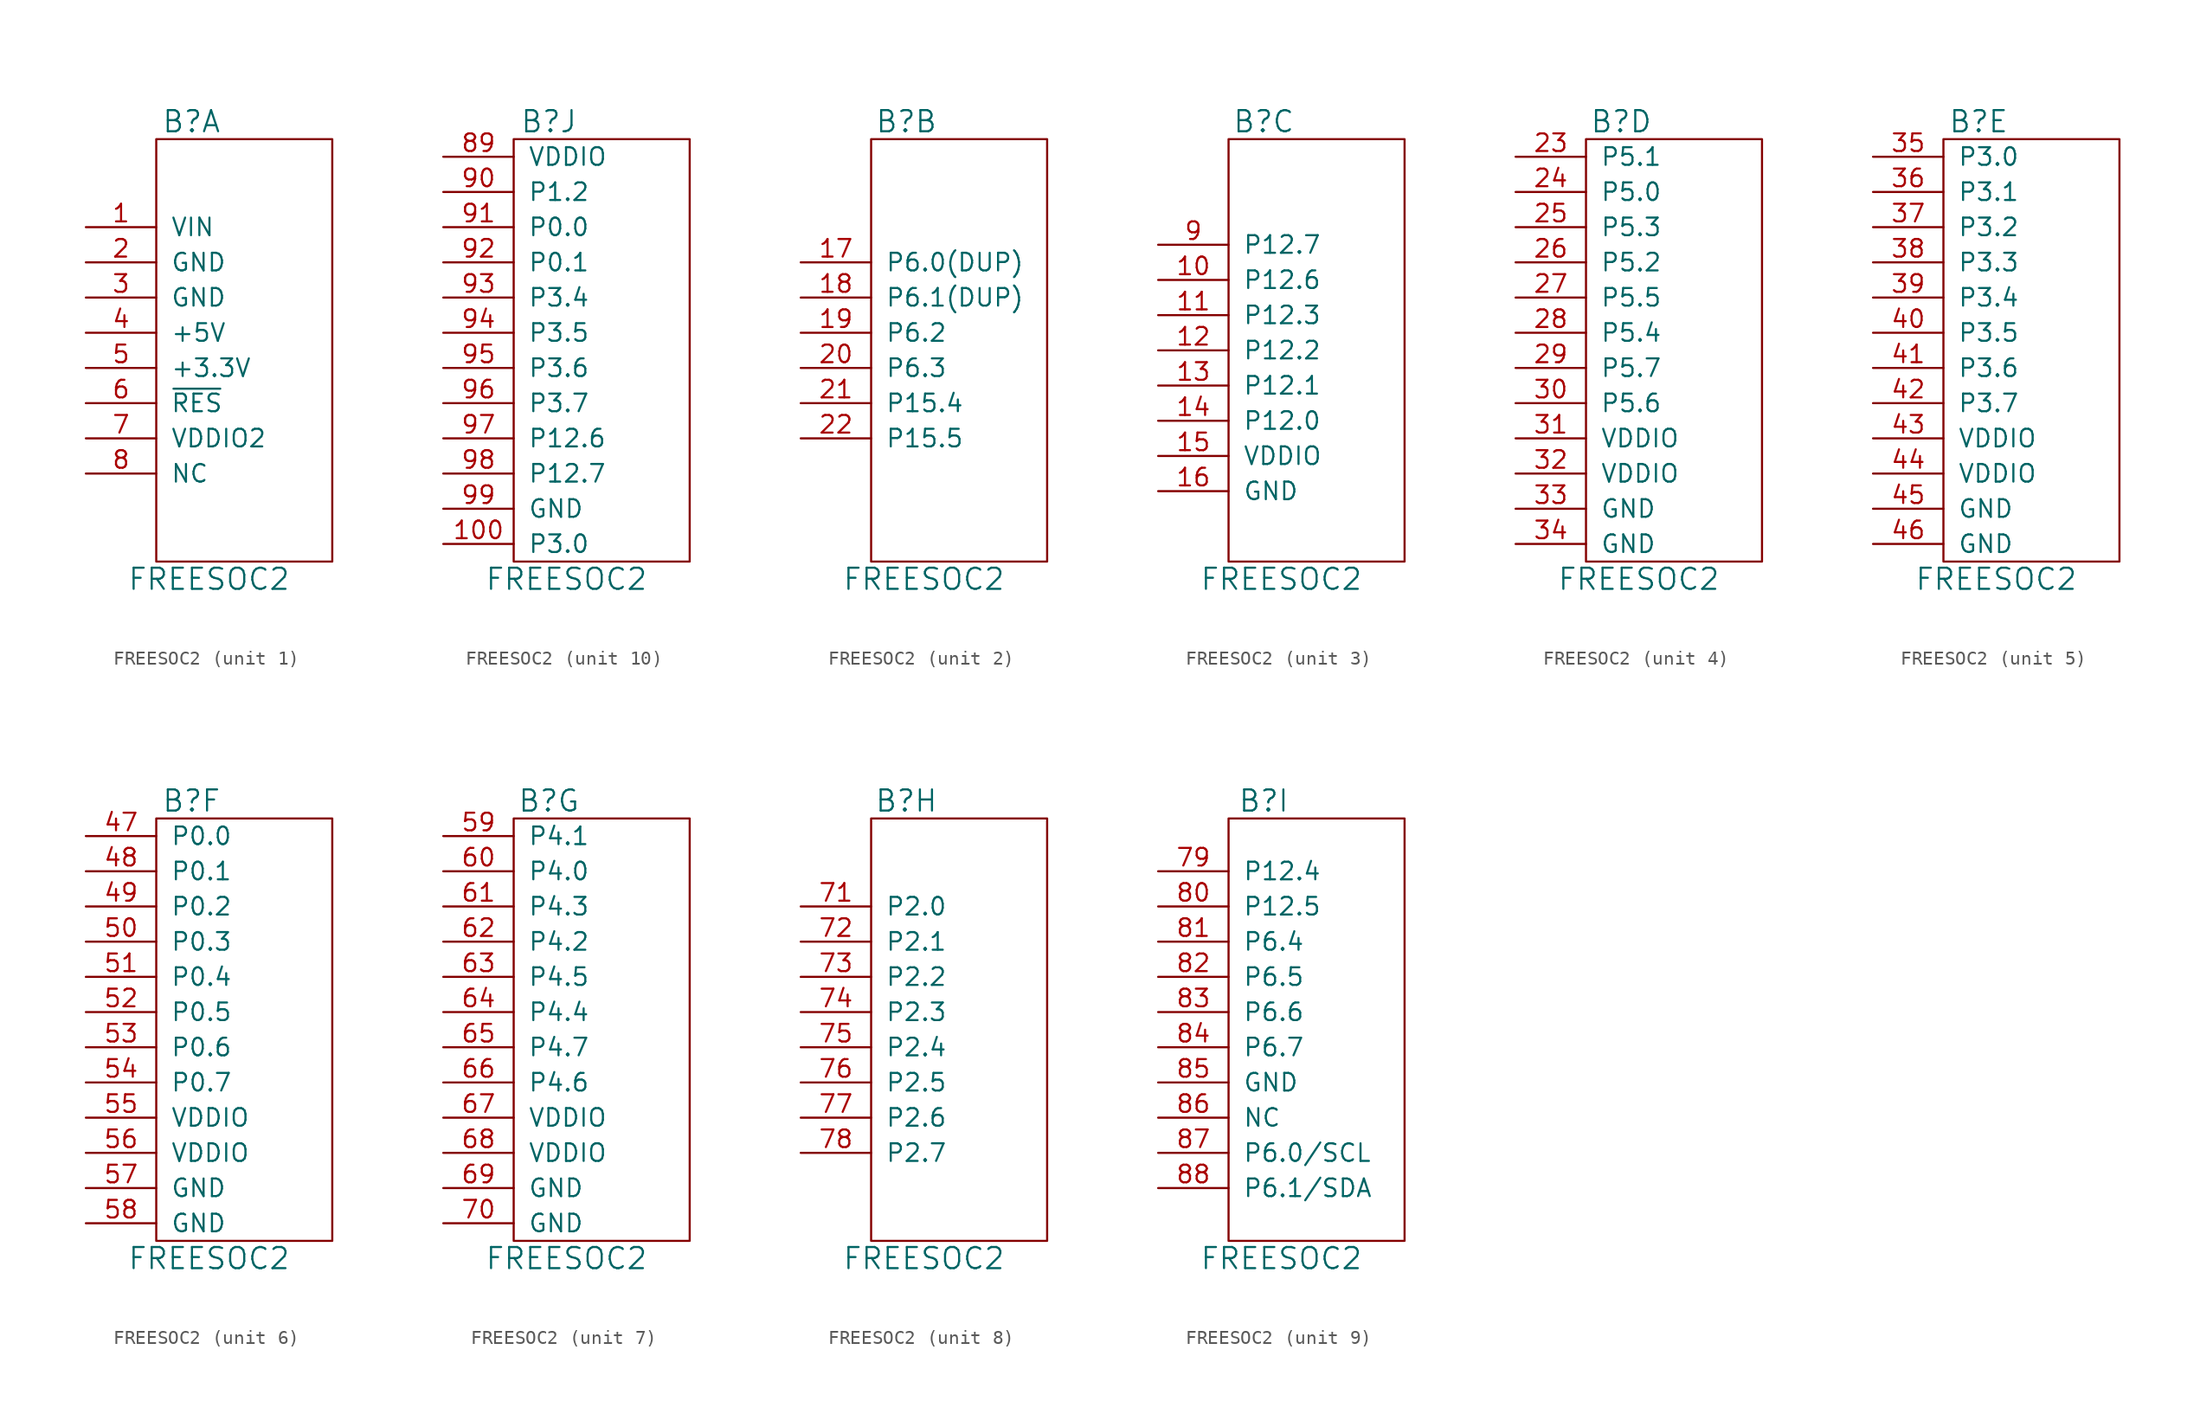
<source format=kicad_sym>
(kicad_symbol_lib
  (version 20211014)
  (generator kicad_symbol_editor)
  (symbol "FREESOC2"
    (pin_names
      (offset 1.016))
    (property "Reference" "B"
      (at -1.27 16.51 0)
      (effects (font (size 1.524 1.524))))
    (property "Value" "FREESOC2"
      (at 0 -16.51 0)
      (effects (font (size 1.524 1.524))))
    (property "Footprint" ""
      (at 1.27 -11.43 0)
      (effects (font (size 1.524 1.524))))
    (property "Datasheet" ""
      (at 1.27 -11.43 0)
      (effects (font (size 1.524 1.524))))
    (property "ki_locked" ""
      (at 0 0 0)
      (effects (font (size 1.27 1.27))))
    (symbol "FREESOC2_0_1"
      (rectangle (start -3.81 15.24) (end 8.89 -15.24) (stroke (width 0) (type default) (color 0 0 0 0)) (fill (type none))))
    (symbol "FREESOC2_1_1"
      (pin power_in line (at -8.89 8.89 0) (length 5.08) (name "VIN" (effects (font (size 1.27 1.27)))) (number "1" (effects (font (size 1.27 1.27)))))
      (pin power_in line (at -8.89 6.35 0) (length 5.08) (name "GND" (effects (font (size 1.27 1.27)))) (number "2" (effects (font (size 1.27 1.27)))))
      (pin power_in line (at -8.89 3.81 0) (length 5.08) (name "GND" (effects (font (size 1.27 1.27)))) (number "3" (effects (font (size 1.27 1.27)))))
      (pin power_in line (at -8.89 1.27 0) (length 5.08) (name "+5V" (effects (font (size 1.27 1.27)))) (number "4" (effects (font (size 1.27 1.27)))))
      (pin power_in line (at -8.89 -1.27 0) (length 5.08) (name "+3.3V" (effects (font (size 1.27 1.27)))) (number "5" (effects (font (size 1.27 1.27)))))
      (pin power_in line (at -8.89 -3.81 0) (length 5.08) (name "~{RES}" (effects (font (size 1.27 1.27)))) (number "6" (effects (font (size 1.27 1.27)))))
      (pin power_in line (at -8.89 -6.35 0) (length 5.08) (name "VDDIO2" (effects (font (size 1.27 1.27)))) (number "7" (effects (font (size 1.27 1.27)))))
      (pin bidirectional line (at -8.89 -8.89 0) (length 5.08) (name "NC" (effects (font (size 1.27 1.27)))) (number "8" (effects (font (size 1.27 1.27))))))
    (symbol "FREESOC2_2_1"
      (pin bidirectional line (at -8.89 6.35 0) (length 5.08) (name "P6.0(DUP)" (effects (font (size 1.27 1.27)))) (number "17" (effects (font (size 1.27 1.27)))))
      (pin bidirectional line (at -8.89 3.81 0) (length 5.08) (name "P6.1(DUP)" (effects (font (size 1.27 1.27)))) (number "18" (effects (font (size 1.27 1.27)))))
      (pin bidirectional line (at -8.89 1.27 0) (length 5.08) (name "P6.2" (effects (font (size 1.27 1.27)))) (number "19" (effects (font (size 1.27 1.27)))))
      (pin bidirectional line (at -8.89 -1.27 0) (length 5.08) (name "P6.3" (effects (font (size 1.27 1.27)))) (number "20" (effects (font (size 1.27 1.27)))))
      (pin bidirectional line (at -8.89 -3.81 0) (length 5.08) (name "P15.4" (effects (font (size 1.27 1.27)))) (number "21" (effects (font (size 1.27 1.27)))))
      (pin bidirectional line (at -8.89 -6.35 0) (length 5.08) (name "P15.5" (effects (font (size 1.27 1.27)))) (number "22" (effects (font (size 1.27 1.27))))))
    (symbol "FREESOC2_3_1"
      (pin bidirectional line (at -8.89 5.08 0) (length 5.08) (name "P12.6" (effects (font (size 1.27 1.27)))) (number "10" (effects (font (size 1.27 1.27)))))
      (pin bidirectional line (at -8.89 2.54 0) (length 5.08) (name "P12.3" (effects (font (size 1.27 1.27)))) (number "11" (effects (font (size 1.27 1.27)))))
      (pin bidirectional line (at -8.89 0 0) (length 5.08) (name "P12.2" (effects (font (size 1.27 1.27)))) (number "12" (effects (font (size 1.27 1.27)))))
      (pin bidirectional line (at -8.89 -2.54 0) (length 5.08) (name "P12.1" (effects (font (size 1.27 1.27)))) (number "13" (effects (font (size 1.27 1.27)))))
      (pin bidirectional line (at -8.89 -5.08 0) (length 5.08) (name "P12.0" (effects (font (size 1.27 1.27)))) (number "14" (effects (font (size 1.27 1.27)))))
      (pin bidirectional line (at -8.89 -7.62 0) (length 5.08) (name "VDDIO" (effects (font (size 1.27 1.27)))) (number "15" (effects (font (size 1.27 1.27)))))
      (pin power_in line (at -8.89 -10.16 0) (length 5.08) (name "GND" (effects (font (size 1.27 1.27)))) (number "16" (effects (font (size 1.27 1.27)))))
      (pin bidirectional line (at -8.89 7.62 0) (length 5.08) (name "P12.7" (effects (font (size 1.27 1.27)))) (number "9" (effects (font (size 1.27 1.27))))))
    (symbol "FREESOC2_4_1"
      (pin bidirectional line (at -8.89 13.97 0) (length 5.08) (name "P5.1" (effects (font (size 1.27 1.27)))) (number "23" (effects (font (size 1.27 1.27)))))
      (pin bidirectional line (at -8.89 11.43 0) (length 5.08) (name "P5.0" (effects (font (size 1.27 1.27)))) (number "24" (effects (font (size 1.27 1.27)))))
      (pin bidirectional line (at -8.89 8.89 0) (length 5.08) (name "P5.3" (effects (font (size 1.27 1.27)))) (number "25" (effects (font (size 1.27 1.27)))))
      (pin bidirectional line (at -8.89 6.35 0) (length 5.08) (name "P5.2" (effects (font (size 1.27 1.27)))) (number "26" (effects (font (size 1.27 1.27)))))
      (pin bidirectional line (at -8.89 3.81 0) (length 5.08) (name "P5.5" (effects (font (size 1.27 1.27)))) (number "27" (effects (font (size 1.27 1.27)))))
      (pin bidirectional line (at -8.89 1.27 0) (length 5.08) (name "P5.4" (effects (font (size 1.27 1.27)))) (number "28" (effects (font (size 1.27 1.27)))))
      (pin bidirectional line (at -8.89 -1.27 0) (length 5.08) (name "P5.7" (effects (font (size 1.27 1.27)))) (number "29" (effects (font (size 1.27 1.27)))))
      (pin bidirectional line (at -8.89 -3.81 0) (length 5.08) (name "P5.6" (effects (font (size 1.27 1.27)))) (number "30" (effects (font (size 1.27 1.27)))))
      (pin bidirectional line (at -8.89 -6.35 0) (length 5.08) (name "VDDIO" (effects (font (size 1.27 1.27)))) (number "31" (effects (font (size 1.27 1.27)))))
      (pin bidirectional line (at -8.89 -8.89 0) (length 5.08) (name "VDDIO" (effects (font (size 1.27 1.27)))) (number "32" (effects (font (size 1.27 1.27)))))
      (pin bidirectional line (at -8.89 -11.43 0) (length 5.08) (name "GND" (effects (font (size 1.27 1.27)))) (number "33" (effects (font (size 1.27 1.27)))))
      (pin bidirectional line (at -8.89 -13.97 0) (length 5.08) (name "GND" (effects (font (size 1.27 1.27)))) (number "34" (effects (font (size 1.27 1.27))))))
    (symbol "FREESOC2_5_1"
      (pin bidirectional line (at -8.89 13.97 0) (length 5.08) (name "P3.0" (effects (font (size 1.27 1.27)))) (number "35" (effects (font (size 1.27 1.27)))))
      (pin bidirectional line (at -8.89 11.43 0) (length 5.08) (name "P3.1" (effects (font (size 1.27 1.27)))) (number "36" (effects (font (size 1.27 1.27)))))
      (pin bidirectional line (at -8.89 8.89 0) (length 5.08) (name "P3.2" (effects (font (size 1.27 1.27)))) (number "37" (effects (font (size 1.27 1.27)))))
      (pin bidirectional line (at -8.89 6.35 0) (length 5.08) (name "P3.3" (effects (font (size 1.27 1.27)))) (number "38" (effects (font (size 1.27 1.27)))))
      (pin bidirectional line (at -8.89 3.81 0) (length 5.08) (name "P3.4" (effects (font (size 1.27 1.27)))) (number "39" (effects (font (size 1.27 1.27)))))
      (pin bidirectional line (at -8.89 1.27 0) (length 5.08) (name "P3.5" (effects (font (size 1.27 1.27)))) (number "40" (effects (font (size 1.27 1.27)))))
      (pin bidirectional line (at -8.89 -1.27 0) (length 5.08) (name "P3.6" (effects (font (size 1.27 1.27)))) (number "41" (effects (font (size 1.27 1.27)))))
      (pin bidirectional line (at -8.89 -3.81 0) (length 5.08) (name "P3.7" (effects (font (size 1.27 1.27)))) (number "42" (effects (font (size 1.27 1.27)))))
      (pin power_in line (at -8.89 -6.35 0) (length 5.08) (name "VDDIO" (effects (font (size 1.27 1.27)))) (number "43" (effects (font (size 1.27 1.27)))))
      (pin bidirectional line (at -8.89 -8.89 0) (length 5.08) (name "VDDIO" (effects (font (size 1.27 1.27)))) (number "44" (effects (font (size 1.27 1.27)))))
      (pin bidirectional line (at -8.89 -11.43 0) (length 5.08) (name "GND" (effects (font (size 1.27 1.27)))) (number "45" (effects (font (size 1.27 1.27)))))
      (pin power_in line (at -8.89 -13.97 0) (length 5.08) (name "GND" (effects (font (size 1.27 1.27)))) (number "46" (effects (font (size 1.27 1.27))))))
    (symbol "FREESOC2_6_1"
      (pin bidirectional line (at -8.89 13.97 0) (length 5.08) (name "P0.0" (effects (font (size 1.27 1.27)))) (number "47" (effects (font (size 1.27 1.27)))))
      (pin bidirectional line (at -8.89 11.43 0) (length 5.08) (name "P0.1" (effects (font (size 1.27 1.27)))) (number "48" (effects (font (size 1.27 1.27)))))
      (pin bidirectional line (at -8.89 8.89 0) (length 5.08) (name "P0.2" (effects (font (size 1.27 1.27)))) (number "49" (effects (font (size 1.27 1.27)))))
      (pin bidirectional line (at -8.89 6.35 0) (length 5.08) (name "P0.3" (effects (font (size 1.27 1.27)))) (number "50" (effects (font (size 1.27 1.27)))))
      (pin bidirectional line (at -8.89 3.81 0) (length 5.08) (name "P0.4" (effects (font (size 1.27 1.27)))) (number "51" (effects (font (size 1.27 1.27)))))
      (pin bidirectional line (at -8.89 1.27 0) (length 5.08) (name "P0.5" (effects (font (size 1.27 1.27)))) (number "52" (effects (font (size 1.27 1.27)))))
      (pin bidirectional line (at -8.89 -1.27 0) (length 5.08) (name "P0.6" (effects (font (size 1.27 1.27)))) (number "53" (effects (font (size 1.27 1.27)))))
      (pin bidirectional line (at -8.89 -3.81 0) (length 5.08) (name "P0.7" (effects (font (size 1.27 1.27)))) (number "54" (effects (font (size 1.27 1.27)))))
      (pin power_in line (at -8.89 -6.35 0) (length 5.08) (name "VDDIO" (effects (font (size 1.27 1.27)))) (number "55" (effects (font (size 1.27 1.27)))))
      (pin bidirectional line (at -8.89 -8.89 0) (length 5.08) (name "VDDIO" (effects (font (size 1.27 1.27)))) (number "56" (effects (font (size 1.27 1.27)))))
      (pin bidirectional line (at -8.89 -11.43 0) (length 5.08) (name "GND" (effects (font (size 1.27 1.27)))) (number "57" (effects (font (size 1.27 1.27)))))
      (pin power_in line (at -8.89 -13.97 0) (length 5.08) (name "GND" (effects (font (size 1.27 1.27)))) (number "58" (effects (font (size 1.27 1.27))))))
    (symbol "FREESOC2_7_1"
      (pin bidirectional line (at -8.89 13.97 0) (length 5.08) (name "P4.1" (effects (font (size 1.27 1.27)))) (number "59" (effects (font (size 1.27 1.27)))))
      (pin bidirectional line (at -8.89 11.43 0) (length 5.08) (name "P4.0" (effects (font (size 1.27 1.27)))) (number "60" (effects (font (size 1.27 1.27)))))
      (pin bidirectional line (at -8.89 8.89 0) (length 5.08) (name "P4.3" (effects (font (size 1.27 1.27)))) (number "61" (effects (font (size 1.27 1.27)))))
      (pin bidirectional line (at -8.89 6.35 0) (length 5.08) (name "P4.2" (effects (font (size 1.27 1.27)))) (number "62" (effects (font (size 1.27 1.27)))))
      (pin bidirectional line (at -8.89 3.81 0) (length 5.08) (name "P4.5" (effects (font (size 1.27 1.27)))) (number "63" (effects (font (size 1.27 1.27)))))
      (pin bidirectional line (at -8.89 1.27 0) (length 5.08) (name "P4.4" (effects (font (size 1.27 1.27)))) (number "64" (effects (font (size 1.27 1.27)))))
      (pin bidirectional line (at -8.89 -1.27 0) (length 5.08) (name "P4.7" (effects (font (size 1.27 1.27)))) (number "65" (effects (font (size 1.27 1.27)))))
      (pin bidirectional line (at -8.89 -3.81 0) (length 5.08) (name "P4.6" (effects (font (size 1.27 1.27)))) (number "66" (effects (font (size 1.27 1.27)))))
      (pin power_in line (at -8.89 -6.35 0) (length 5.08) (name "VDDIO" (effects (font (size 1.27 1.27)))) (number "67" (effects (font (size 1.27 1.27)))))
      (pin bidirectional line (at -8.89 -8.89 0) (length 5.08) (name "VDDIO" (effects (font (size 1.27 1.27)))) (number "68" (effects (font (size 1.27 1.27)))))
      (pin bidirectional line (at -8.89 -11.43 0) (length 5.08) (name "GND" (effects (font (size 1.27 1.27)))) (number "69" (effects (font (size 1.27 1.27)))))
      (pin power_in line (at -8.89 -13.97 0) (length 5.08) (name "GND" (effects (font (size 1.27 1.27)))) (number "70" (effects (font (size 1.27 1.27))))))
    (symbol "FREESOC2_8_1"
      (pin bidirectional line (at -8.89 8.89 0) (length 5.08) (name "P2.0" (effects (font (size 1.27 1.27)))) (number "71" (effects (font (size 1.27 1.27)))))
      (pin bidirectional line (at -8.89 6.35 0) (length 5.08) (name "P2.1" (effects (font (size 1.27 1.27)))) (number "72" (effects (font (size 1.27 1.27)))))
      (pin bidirectional line (at -8.89 3.81 0) (length 5.08) (name "P2.2" (effects (font (size 1.27 1.27)))) (number "73" (effects (font (size 1.27 1.27)))))
      (pin bidirectional line (at -8.89 1.27 0) (length 5.08) (name "P2.3" (effects (font (size 1.27 1.27)))) (number "74" (effects (font (size 1.27 1.27)))))
      (pin bidirectional line (at -8.89 -1.27 0) (length 5.08) (name "P2.4" (effects (font (size 1.27 1.27)))) (number "75" (effects (font (size 1.27 1.27)))))
      (pin bidirectional line (at -8.89 -3.81 0) (length 5.08) (name "P2.5" (effects (font (size 1.27 1.27)))) (number "76" (effects (font (size 1.27 1.27)))))
      (pin bidirectional line (at -8.89 -6.35 0) (length 5.08) (name "P2.6" (effects (font (size 1.27 1.27)))) (number "77" (effects (font (size 1.27 1.27)))))
      (pin bidirectional line (at -8.89 -8.89 0) (length 5.08) (name "P2.7" (effects (font (size 1.27 1.27)))) (number "78" (effects (font (size 1.27 1.27))))))
    (symbol "FREESOC2_9_1"
      (pin bidirectional line (at -8.89 11.43 0) (length 5.08) (name "P12.4" (effects (font (size 1.27 1.27)))) (number "79" (effects (font (size 1.27 1.27)))))
      (pin bidirectional line (at -8.89 8.89 0) (length 5.08) (name "P12.5" (effects (font (size 1.27 1.27)))) (number "80" (effects (font (size 1.27 1.27)))))
      (pin bidirectional line (at -8.89 6.35 0) (length 5.08) (name "P6.4" (effects (font (size 1.27 1.27)))) (number "81" (effects (font (size 1.27 1.27)))))
      (pin bidirectional line (at -8.89 3.81 0) (length 5.08) (name "P6.5" (effects (font (size 1.27 1.27)))) (number "82" (effects (font (size 1.27 1.27)))))
      (pin bidirectional line (at -8.89 1.27 0) (length 5.08) (name "P6.6" (effects (font (size 1.27 1.27)))) (number "83" (effects (font (size 1.27 1.27)))))
      (pin bidirectional line (at -8.89 -1.27 0) (length 5.08) (name "P6.7" (effects (font (size 1.27 1.27)))) (number "84" (effects (font (size 1.27 1.27)))))
      (pin bidirectional line (at -8.89 -3.81 0) (length 5.08) (name "GND" (effects (font (size 1.27 1.27)))) (number "85" (effects (font (size 1.27 1.27)))))
      (pin bidirectional line (at -8.89 -6.35 0) (length 5.08) (name "NC" (effects (font (size 1.27 1.27)))) (number "86" (effects (font (size 1.27 1.27)))))
      (pin bidirectional line (at -8.89 -8.89 0) (length 5.08) (name "P6.0/SCL" (effects (font (size 1.27 1.27)))) (number "87" (effects (font (size 1.27 1.27)))))
      (pin bidirectional line (at -8.89 -11.43 0) (length 5.08) (name "P6.1/SDA" (effects (font (size 1.27 1.27)))) (number "88" (effects (font (size 1.27 1.27))))))
    (symbol "FREESOC2_10_1"
      (pin power_in line (at -8.89 -13.97 0) (length 5.08) (name "P3.0" (effects (font (size 1.27 1.27)))) (number "100" (effects (font (size 1.27 1.27)))))
      (pin power_in line (at -8.89 13.97 0) (length 5.08) (name "VDDIO" (effects (font (size 1.27 1.27)))) (number "89" (effects (font (size 1.27 1.27)))))
      (pin bidirectional line (at -8.89 11.43 0) (length 5.08) (name "P1.2" (effects (font (size 1.27 1.27)))) (number "90" (effects (font (size 1.27 1.27)))))
      (pin bidirectional line (at -8.89 8.89 0) (length 5.08) (name "P0.0" (effects (font (size 1.27 1.27)))) (number "91" (effects (font (size 1.27 1.27)))))
      (pin bidirectional line (at -8.89 6.35 0) (length 5.08) (name "P0.1" (effects (font (size 1.27 1.27)))) (number "92" (effects (font (size 1.27 1.27)))))
      (pin bidirectional line (at -8.89 3.81 0) (length 5.08) (name "P3.4" (effects (font (size 1.27 1.27)))) (number "93" (effects (font (size 1.27 1.27)))))
      (pin bidirectional line (at -8.89 1.27 0) (length 5.08) (name "P3.5" (effects (font (size 1.27 1.27)))) (number "94" (effects (font (size 1.27 1.27)))))
      (pin bidirectional line (at -8.89 -1.27 0) (length 5.08) (name "P3.6" (effects (font (size 1.27 1.27)))) (number "95" (effects (font (size 1.27 1.27)))))
      (pin bidirectional line (at -8.89 -3.81 0) (length 5.08) (name "P3.7" (effects (font (size 1.27 1.27)))) (number "96" (effects (font (size 1.27 1.27)))))
      (pin bidirectional line (at -8.89 -6.35 0) (length 5.08) (name "P12.6" (effects (font (size 1.27 1.27)))) (number "97" (effects (font (size 1.27 1.27)))))
      (pin bidirectional line (at -8.89 -8.89 0) (length 5.08) (name "P12.7" (effects (font (size 1.27 1.27)))) (number "98" (effects (font (size 1.27 1.27)))))
      (pin bidirectional line (at -8.89 -11.43 0) (length 5.08) (name "GND" (effects (font (size 1.27 1.27)))) (number "99" (effects (font (size 1.27 1.27))))))))
</source>
